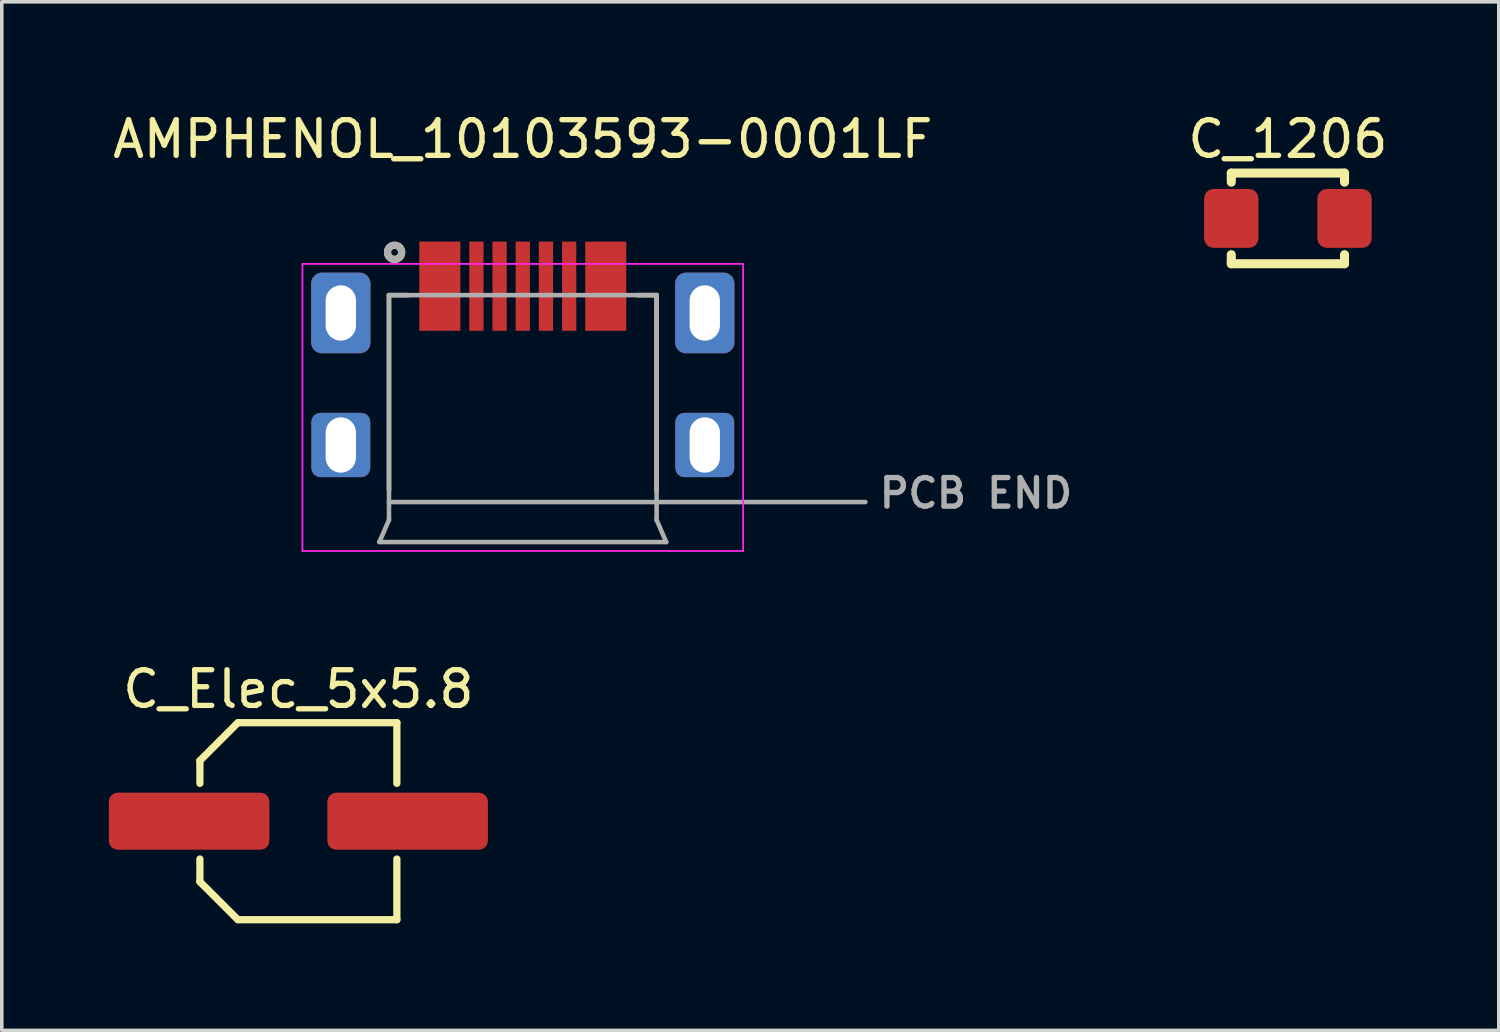
<source format=kicad_pcb>
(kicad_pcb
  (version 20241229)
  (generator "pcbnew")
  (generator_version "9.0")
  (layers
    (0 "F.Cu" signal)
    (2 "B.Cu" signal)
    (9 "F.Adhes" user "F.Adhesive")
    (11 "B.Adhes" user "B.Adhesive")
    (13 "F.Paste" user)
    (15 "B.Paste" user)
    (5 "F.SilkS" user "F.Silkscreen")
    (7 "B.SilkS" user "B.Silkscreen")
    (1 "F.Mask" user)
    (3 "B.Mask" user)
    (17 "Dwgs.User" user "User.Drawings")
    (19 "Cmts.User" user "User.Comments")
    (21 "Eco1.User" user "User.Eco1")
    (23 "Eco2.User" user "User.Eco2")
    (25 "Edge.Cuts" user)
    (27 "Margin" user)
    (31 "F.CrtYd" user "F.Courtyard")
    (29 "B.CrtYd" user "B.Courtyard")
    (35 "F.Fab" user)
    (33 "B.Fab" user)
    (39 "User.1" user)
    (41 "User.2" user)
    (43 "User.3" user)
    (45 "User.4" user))
  (footprint "C_1206"
    (layer "F.Cu")
    (at 33.043 3.071)
    (property "Reference" "C_1206" (at 0 -2.223 0) (layer "F.SilkS") (effects (font (size 1 1) (thickness 0.15))))
    (attr smd)
    (fp_line (start -1.587 -1.27) (end -1.587 -1.016) (stroke (width 0.254) (type solid)) (layer "F.SilkS"))
    (fp_line (start -1.587 -1.27) (end 1.587 -1.27) (stroke (width 0.254) (type solid)) (layer "F.SilkS"))
    (fp_line (start -1.587 1.016) (end -1.587 1.27) (stroke (width 0.254) (type solid)) (layer "F.SilkS"))
    (fp_line (start -1.587 1.27) (end 1.587 1.27) (stroke (width 0.254) (type solid)) (layer "F.SilkS"))
    (fp_line (start 1.587 -1.27) (end 1.587 -1.016) (stroke (width 0.254) (type solid)) (layer "F.SilkS"))
    (fp_line (start 1.587 1.016) (end 1.587 1.27) (stroke (width 0.254) (type solid)) (layer "F.SilkS"))
    (pad "1" smd roundrect (at -1.587 0) (size 1.524 1.651) (layers "F.Cu" "F.Mask") (roundrect_rratio 0.175))
    (pad "2" smd roundrect (at 1.587 0) (size 1.524 1.651) (layers "F.Cu" "F.Mask") (roundrect_rratio 0.175)))
  (footprint "C_Elec_5x5.8"
    (layer "F.Cu")
    (at 5.312 19.964)
    (property "Reference" "C_Elec_5x5.8" (at 0 -3.7 0) (layer "F.SilkS") (effects (font (size 1 1) (thickness 0.15))))
    (attr smd)
    (fp_line (start -2.76 -1.696) (end -2.76 -1.06) (stroke (width 0.203) (type solid)) (layer "F.SilkS"))
    (fp_line (start -2.76 -1.696) (end -1.696 -2.76) (stroke (width 0.203) (type solid)) (layer "F.SilkS"))
    (fp_line (start -2.76 1.696) (end -2.76 1.06) (stroke (width 0.203) (type solid)) (layer "F.SilkS"))
    (fp_line (start -2.76 1.696) (end -1.696 2.76) (stroke (width 0.203) (type solid)) (layer "F.SilkS"))
    (fp_line (start -1.696 -2.76) (end 2.76 -2.76) (stroke (width 0.203) (type solid)) (layer "F.SilkS"))
    (fp_line (start -1.696 2.76) (end 2.76 2.76) (stroke (width 0.203) (type solid)) (layer "F.SilkS"))
    (fp_line (start 2.76 -2.76) (end 2.76 -1.06) (stroke (width 0.203) (type solid)) (layer "F.SilkS"))
    (fp_line (start 2.76 2.76) (end 2.76 1.06) (stroke (width 0.203) (type solid)) (layer "F.SilkS"))
    (pad "1" smd roundrect (at -3.062 0) (size 4.5 1.6) (layers "F.Cu" "F.Mask" "F.Paste") (roundrect_rratio 0.156))
    (pad "2" smd roundrect (at 3.062 0) (size 4.5 1.6) (layers "F.Cu" "F.Mask" "F.Paste") (roundrect_rratio 0.156)))
  (footprint "AMPHENOL_10103593-0001LF"
    (layer "F.Cu")
    (at 11.601 9.421)
    (property "Reference" "AMPHENOL_10103593-0001LF" (at 0 -8.572 0) (layer "F.SilkS") (effects (font (size 1 1) (thickness 0.15))))
    (attr smd)
    (fp_line (start -3.75 -4.2) (end -3.22 -4.2) (stroke (width 0.127) (type solid)) (layer "F.SilkS"))
    (fp_line (start -3.75 1.27) (end -3.75 -4.2) (stroke (width 0.127) (type solid)) (layer "F.SilkS"))
    (fp_line (start 3.22 -4.2) (end 3.75 -4.2) (stroke (width 0.127) (type solid)) (layer "F.SilkS"))
    (fp_line (start 3.75 -4.2) (end 3.75 1.27) (stroke (width 0.127) (type solid)) (layer "F.SilkS"))
    (fp_circle (center -3.592 -5.4) (end -3.493 -5.4) (stroke (width 0.2) (type solid)) (fill no) (layer "F.SilkS"))
    (fp_line (start -6.175 -5.075) (end 6.175 -5.075) (stroke (width 0.05) (type solid)) (layer "F.CrtYd"))
    (fp_line (start -6.175 2.97) (end -6.175 -5.075) (stroke (width 0.05) (type solid)) (layer "F.CrtYd"))
    (fp_line (start 6.175 -5.075) (end 6.175 2.97) (stroke (width 0.05) (type solid)) (layer "F.CrtYd"))
    (fp_line (start 6.175 2.97) (end -6.175 2.97) (stroke (width 0.05) (type solid)) (layer "F.CrtYd"))
    (fp_line (start -4.02 2.72) (end 4.02 2.72) (stroke (width 0.127) (type solid)) (layer "F.Fab"))
    (fp_line (start -3.75 -4.2) (end 3.75 -4.2) (stroke (width 0.127) (type solid)) (layer "F.Fab"))
    (fp_line (start -3.75 1.6) (end -3.75 -4.2) (stroke (width 0.127) (type solid)) (layer "F.Fab"))
    (fp_line (start -3.75 1.6) (end 9.6 1.6) (stroke (width 0.127) (type solid)) (layer "F.Fab"))
    (fp_line (start -3.75 2.1) (end -4.02 2.72) (stroke (width 0.127) (type solid)) (layer "F.Fab"))
    (fp_line (start -3.75 2.1) (end -3.75 1.6) (stroke (width 0.127) (type solid)) (layer "F.Fab"))
    (fp_line (start 3.75 -4.2) (end 3.75 2.1) (stroke (width 0.127) (type solid)) (layer "F.Fab"))
    (fp_line (start 4.02 2.72) (end 3.75 2.1) (stroke (width 0.127) (type solid)) (layer "F.Fab"))
    (fp_circle (center -3.592 -5.4) (end -3.493 -5.4) (stroke (width 0.2) (type solid)) (fill no) (layer "F.Fab"))
    (fp_line (start -5.525 -4.175) (end -5.525 -3.225) (stroke (width 0.01) (type solid)) (layer "User.1"))
    (fp_line (start -5.525 -0.475) (end -5.525 0.475) (stroke (width 0.01) (type solid)) (layer "User.1"))
    (fp_line (start -5.225 -2.925) (end -4.975 -2.925) (stroke (width 0.01) (type solid)) (layer "User.1"))
    (fp_line (start -5.225 0.775) (end -4.975 0.775) (stroke (width 0.01) (type solid)) (layer "User.1"))
    (fp_line (start -4.975 -4.475) (end -5.225 -4.475) (stroke (width 0.01) (type solid)) (layer "User.1"))
    (fp_line (start -4.975 -0.775) (end -5.225 -0.775) (stroke (width 0.01) (type solid)) (layer "User.1"))
    (fp_line (start -4.675 -3.225) (end -4.675 -4.175) (stroke (width 0.01) (type solid)) (layer "User.1"))
    (fp_line (start -4.675 0.475) (end -4.675 -0.475) (stroke (width 0.01) (type solid)) (layer "User.1"))
    (fp_line (start 4.675 -4.175) (end 4.675 -3.225) (stroke (width 0.01) (type solid)) (layer "User.1"))
    (fp_line (start 4.675 -0.475) (end 4.675 0.475) (stroke (width 0.01) (type solid)) (layer "User.1"))
    (fp_line (start 4.975 -2.925) (end 5.225 -2.925) (stroke (width 0.01) (type solid)) (layer "User.1"))
    (fp_line (start 4.975 0.775) (end 5.225 0.775) (stroke (width 0.01) (type solid)) (layer "User.1"))
    (fp_line (start 5.225 -4.475) (end 4.975 -4.475) (stroke (width 0.01) (type solid)) (layer "User.1"))
    (fp_line (start 5.225 -0.775) (end 4.975 -0.775) (stroke (width 0.01) (type solid)) (layer "User.1"))
    (fp_line (start 5.525 -3.225) (end 5.525 -4.175) (stroke (width 0.01) (type solid)) (layer "User.1"))
    (fp_line (start 5.525 0.475) (end 5.525 -0.475) (stroke (width 0.01) (type solid)) (layer "User.1"))
    (fp_arc (start -5.525 -4.175) (mid -5.437132 -4.387132) (end -5.225 -4.475) (stroke (width 0.01) (type solid)) (layer "User.1"))
    (fp_arc (start -5.525 -0.475) (mid -5.437132 -0.687132) (end -5.225 -0.775) (stroke (width 0.01) (type solid)) (layer "User.1"))
    (fp_arc (start -5.225 -2.925) (mid -5.437132 -3.012868) (end -5.525 -3.225) (stroke (width 0.01) (type solid)) (layer "User.1"))
    (fp_arc (start -5.225 0.775) (mid -5.437132 0.687132) (end -5.525 0.475) (stroke (width 0.01) (type solid)) (layer "User.1"))
    (fp_arc (start -4.975 -4.475) (mid -4.762868 -4.387132) (end -4.675 -4.175) (stroke (width 0.01) (type solid)) (layer "User.1"))
    (fp_arc (start -4.975 -0.775) (mid -4.762868 -0.687132) (end -4.675 -0.475) (stroke (width 0.01) (type solid)) (layer "User.1"))
    (fp_arc (start -4.675 -3.225) (mid -4.762868 -3.012868) (end -4.975 -2.925) (stroke (width 0.01) (type solid)) (layer "User.1"))
    (fp_arc (start -4.675 0.475) (mid -4.762868 0.687132) (end -4.975 0.775) (stroke (width 0.01) (type solid)) (layer "User.1"))
    (fp_arc (start 4.675 -4.175) (mid 4.762868 -4.387132) (end 4.975 -4.475) (stroke (width 0.01) (type solid)) (layer "User.1"))
    (fp_arc (start 4.675 -0.475) (mid 4.762868 -0.687132) (end 4.975 -0.775) (stroke (width 0.01) (type solid)) (layer "User.1"))
    (fp_arc (start 4.975 -2.925) (mid 4.762868 -3.012868) (end 4.675 -3.225) (stroke (width 0.01) (type solid)) (layer "User.1"))
    (fp_arc (start 4.975 0.775) (mid 4.762868 0.687132) (end 4.675 0.475) (stroke (width 0.01) (type solid)) (layer "User.1"))
    (fp_arc (start 5.225 -4.475) (mid 5.437132 -4.387132) (end 5.525 -4.175) (stroke (width 0.01) (type solid)) (layer "User.1"))
    (fp_arc (start 5.225 -0.775) (mid 5.437132 -0.687132) (end 5.525 -0.475) (stroke (width 0.01) (type solid)) (layer "User.1"))
    (fp_arc (start 5.525 -3.225) (mid 5.437132 -3.012868) (end 5.225 -2.925) (stroke (width 0.01) (type solid)) (layer "User.1"))
    (fp_arc (start 5.525 0.475) (mid 5.437132 0.687132) (end 5.225 0.775) (stroke (width 0.01) (type solid)) (layer "User.1"))
    (fp_text user "PCB END" (at 12.7 1.35 0) (layer "F.Fab") (effects (font (size 0.8 0.8) (thickness 0.15))))
    (pad "1" smd rect (at -1.3 -4.45) (size 0.4 2.5) (layers "F.Cu" "F.Mask" "F.Paste"))
    (pad "2" smd rect (at -0.65 -4.45) (size 0.4 2.5) (layers "F.Cu" "F.Mask" "F.Paste"))
    (pad "3" smd rect (at 0 -4.45) (size 0.4 2.5) (layers "F.Cu" "F.Mask" "F.Paste"))
    (pad "4" smd rect (at 0.65 -4.45) (size 0.4 2.5) (layers "F.Cu" "F.Mask" "F.Paste"))
    (pad "5" smd rect (at 1.3 -4.45) (size 0.4 2.5) (layers "F.Cu" "F.Mask" "F.Paste"))
    (pad "S1" smd rect (at -2.325 -4.45) (size 1.15 2.5) (layers "F.Cu" "F.Mask" "F.Paste"))
    (pad "S2" smd rect (at 2.325 -4.45) (size 1.15 2.5) (layers "F.Cu" "F.Mask" "F.Paste"))
    (pad "S3" thru_hole custom (at -5.1 -3.7) (size 1.65 1.65) (drill oval 0.85 1.55) (layers "*.Cu" "*.Mask") (options (anchor circle)) (primitives (gr_poly (pts (xy 0.525 1.125) (xy -0.525 1.125) (xy -0.541 1.125) (xy -0.556 1.123) (xy -0.572 1.121) (xy -0.587 1.118) (xy -0.603 1.115) (xy -0.618 1.11) (xy -0.633 1.105) (xy -0.647 1.099) (xy -0.661 1.092) (xy -0.675 1.085) (xy -0.688 1.077) (xy -0.701 1.068) (xy -0.714 1.058) (xy -0.726 1.048) (xy -0.737 1.037) (xy -0.748 1.026) (xy -0.758 1.014) (xy -0.768 1.001) (xy -0.777 0.988) (xy -0.785 0.975) (xy -0.792 0.961) (xy -0.799 0.947) (xy -0.805 0.933) (xy -0.81 0.918) (xy -0.815 0.903) (xy -0.818 0.887) (xy -0.821 0.872) (xy -0.823 0.856) (xy -0.825 0.841) (xy -0.825 0.825) (xy -0.825 -0.825) (xy -0.825 -0.841) (xy -0.823 -0.856) (xy -0.821 -0.872) (xy -0.818 -0.887) (xy -0.815 -0.903) (xy -0.81 -0.918) (xy -0.805 -0.933) (xy -0.799 -0.947) (xy -0.792 -0.961) (xy -0.785 -0.975) (xy -0.777 -0.988) (xy -0.768 -1.001) (xy -0.758 -1.014) (xy -0.748 -1.026) (xy -0.737 -1.037) (xy -0.726 -1.048) (xy -0.714 -1.058) (xy -0.701 -1.068) (xy -0.688 -1.077) (xy -0.675 -1.085) (xy -0.661 -1.092) (xy -0.647 -1.099) (xy -0.633 -1.105) (xy -0.618 -1.11) (xy -0.603 -1.115) (xy -0.587 -1.118) (xy -0.572 -1.121) (xy -0.556 -1.123) (xy -0.541 -1.125) (xy -0.525 -1.125) (xy 0.525 -1.125) (xy 0.541 -1.125) (xy 0.556 -1.123) (xy 0.572 -1.121) (xy 0.587 -1.118) (xy 0.603 -1.115) (xy 0.618 -1.11) (xy 0.633 -1.105) (xy 0.647 -1.099) (xy 0.661 -1.092) (xy 0.675 -1.085) (xy 0.688 -1.077) (xy 0.701 -1.068) (xy 0.714 -1.058) (xy 0.726 -1.048) (xy 0.737 -1.037) (xy 0.748 -1.026) (xy 0.758 -1.014) (xy 0.768 -1.001) (xy 0.777 -0.988) (xy 0.785 -0.975) (xy 0.792 -0.961) (xy 0.799 -0.947) (xy 0.805 -0.933) (xy 0.81 -0.918) (xy 0.815 -0.903) (xy 0.818 -0.887) (xy 0.821 -0.872) (xy 0.823 -0.856) (xy 0.825 -0.841) (xy 0.825 -0.825) (xy 0.825 0.825) (xy 0.825 0.841) (xy 0.823 0.856) (xy 0.821 0.872) (xy 0.818 0.887) (xy 0.815 0.903) (xy 0.81 0.918) (xy 0.805 0.933) (xy 0.799 0.947) (xy 0.792 0.961) (xy 0.785 0.975) (xy 0.777 0.988) (xy 0.768 1.001) (xy 0.758 1.014) (xy 0.748 1.026) (xy 0.737 1.037) (xy 0.726 1.048) (xy 0.714 1.058) (xy 0.701 1.068) (xy 0.688 1.077) (xy 0.675 1.085) (xy 0.661 1.092) (xy 0.647 1.099) (xy 0.633 1.105) (xy 0.618 1.11) (xy 0.603 1.115) (xy 0.587 1.118) (xy 0.572 1.121) (xy 0.556 1.123) (xy 0.541 1.125) (xy 0.525 1.125)) (width 0.01) (fill yes))))
    (pad "S4" thru_hole custom (at 5.1 -3.7) (size 1.65 1.65) (drill oval 0.85 1.55) (layers "*.Cu" "*.Mask") (options (anchor circle)) (primitives (gr_poly (pts (xy 0.525 1.125) (xy -0.525 1.125) (xy -0.541 1.125) (xy -0.556 1.123) (xy -0.572 1.121) (xy -0.587 1.118) (xy -0.603 1.115) (xy -0.618 1.11) (xy -0.633 1.105) (xy -0.647 1.099) (xy -0.661 1.092) (xy -0.675 1.085) (xy -0.688 1.077) (xy -0.701 1.068) (xy -0.714 1.058) (xy -0.726 1.048) (xy -0.737 1.037) (xy -0.748 1.026) (xy -0.758 1.014) (xy -0.768 1.001) (xy -0.777 0.988) (xy -0.785 0.975) (xy -0.792 0.961) (xy -0.799 0.947) (xy -0.805 0.933) (xy -0.81 0.918) (xy -0.815 0.903) (xy -0.818 0.887) (xy -0.821 0.872) (xy -0.823 0.856) (xy -0.825 0.841) (xy -0.825 0.825) (xy -0.825 -0.825) (xy -0.825 -0.841) (xy -0.823 -0.856) (xy -0.821 -0.872) (xy -0.818 -0.887) (xy -0.815 -0.903) (xy -0.81 -0.918) (xy -0.805 -0.933) (xy -0.799 -0.947) (xy -0.792 -0.961) (xy -0.785 -0.975) (xy -0.777 -0.988) (xy -0.768 -1.001) (xy -0.758 -1.014) (xy -0.748 -1.026) (xy -0.737 -1.037) (xy -0.726 -1.048) (xy -0.714 -1.058) (xy -0.701 -1.068) (xy -0.688 -1.077) (xy -0.675 -1.085) (xy -0.661 -1.092) (xy -0.647 -1.099) (xy -0.633 -1.105) (xy -0.618 -1.11) (xy -0.603 -1.115) (xy -0.587 -1.118) (xy -0.572 -1.121) (xy -0.556 -1.123) (xy -0.541 -1.125) (xy -0.525 -1.125) (xy 0.525 -1.125) (xy 0.541 -1.125) (xy 0.556 -1.123) (xy 0.572 -1.121) (xy 0.587 -1.118) (xy 0.603 -1.115) (xy 0.618 -1.11) (xy 0.633 -1.105) (xy 0.647 -1.099) (xy 0.661 -1.092) (xy 0.675 -1.085) (xy 0.688 -1.077) (xy 0.701 -1.068) (xy 0.714 -1.058) (xy 0.726 -1.048) (xy 0.737 -1.037) (xy 0.748 -1.026) (xy 0.758 -1.014) (xy 0.768 -1.001) (xy 0.777 -0.988) (xy 0.785 -0.975) (xy 0.792 -0.961) (xy 0.799 -0.947) (xy 0.805 -0.933) (xy 0.81 -0.918) (xy 0.815 -0.903) (xy 0.818 -0.887) (xy 0.821 -0.872) (xy 0.823 -0.856) (xy 0.825 -0.841) (xy 0.825 -0.825) (xy 0.825 0.825) (xy 0.825 0.841) (xy 0.823 0.856) (xy 0.821 0.872) (xy 0.818 0.887) (xy 0.815 0.903) (xy 0.81 0.918) (xy 0.805 0.933) (xy 0.799 0.947) (xy 0.792 0.961) (xy 0.785 0.975) (xy 0.777 0.988) (xy 0.768 1.001) (xy 0.758 1.014) (xy 0.748 1.026) (xy 0.737 1.037) (xy 0.726 1.048) (xy 0.714 1.058) (xy 0.701 1.068) (xy 0.688 1.077) (xy 0.675 1.085) (xy 0.661 1.092) (xy 0.647 1.099) (xy 0.633 1.105) (xy 0.618 1.11) (xy 0.603 1.115) (xy 0.587 1.118) (xy 0.572 1.121) (xy 0.556 1.123) (xy 0.541 1.125) (xy 0.525 1.125)) (width 0.01) (fill yes))))
    (pad "S5" thru_hole roundrect (at -5.1 0) (size 1.65 1.8) (drill oval 0.85 1.55) (layers "*.Cu" "*.Mask") (roundrect_rratio 0.152))
    (pad "S6" thru_hole roundrect (at 5.1 0) (size 1.65 1.8) (drill oval 0.85 1.55) (layers "*.Cu" "*.Mask") (roundrect_rratio 0.152)))
  (gr_rect
    (start -3 -3)
    (end 38.953 25.826)
    (stroke (width 0.1) (type default))
    (fill no)
    (layer "Edge.Cuts")))
</source>
